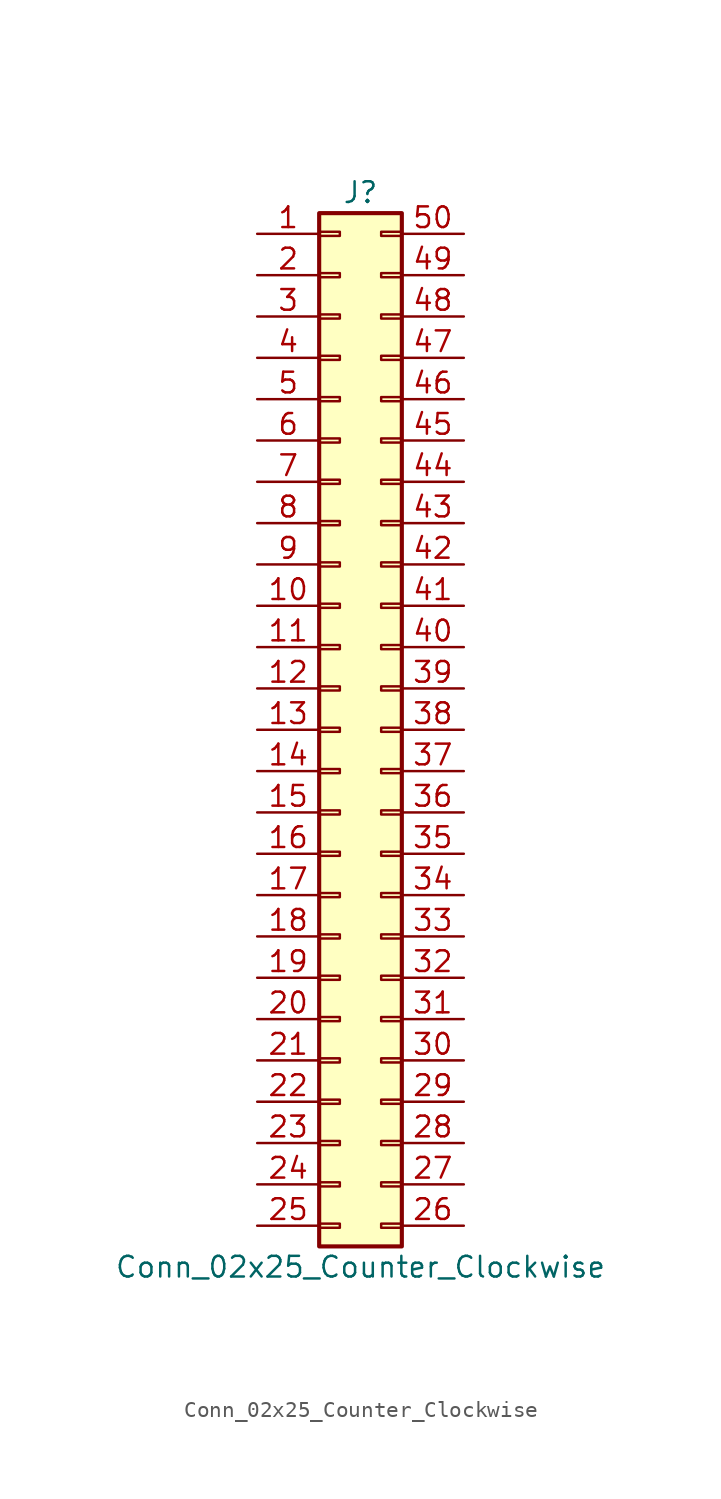
<source format=kicad_sym>
(kicad_symbol_lib
  (version 20201005)
  (generator kicad_symbol_editor)
  (symbol "Conn_02x25_Counter_Clockwise"
    (pin_names
      (offset 1.016) hide)
    (property "Reference" "J"
      (at 1.27 33.02 0)
      (effects (font (size 1.27 1.27))))
    (property "Value" "Conn_02x25_Counter_Clockwise"
      (at 1.27 -33.02 0)
      (effects (font (size 1.27 1.27))))
    (symbol "Conn_02x25_Counter_Clockwise_1_1"
      (rectangle (start -1.27 -30.353) (end 0 -30.607) (stroke (width 0.152)) (fill (type none)))
      (rectangle (start -1.27 -27.813) (end 0 -28.067) (stroke (width 0.152)) (fill (type none)))
      (rectangle (start -1.27 -25.273) (end 0 -25.527) (stroke (width 0.152)) (fill (type none)))
      (rectangle (start -1.27 -22.733) (end 0 -22.987) (stroke (width 0.152)) (fill (type none)))
      (rectangle (start -1.27 -20.193) (end 0 -20.447) (stroke (width 0.152)) (fill (type none)))
      (rectangle (start -1.27 -17.653) (end 0 -17.907) (stroke (width 0.152)) (fill (type none)))
      (rectangle (start -1.27 -15.113) (end 0 -15.367) (stroke (width 0.152)) (fill (type none)))
      (rectangle (start -1.27 -12.573) (end 0 -12.827) (stroke (width 0.152)) (fill (type none)))
      (rectangle (start -1.27 -10.033) (end 0 -10.287) (stroke (width 0.152)) (fill (type none)))
      (rectangle (start -1.27 -7.493) (end 0 -7.747) (stroke (width 0.152)) (fill (type none)))
      (rectangle (start -1.27 -4.953) (end 0 -5.207) (stroke (width 0.152)) (fill (type none)))
      (rectangle (start -1.27 -2.413) (end 0 -2.667) (stroke (width 0.152)) (fill (type none)))
      (rectangle (start -1.27 0.127) (end 0 -0.127) (stroke (width 0.152)) (fill (type none)))
      (rectangle (start -1.27 2.667) (end 0 2.413) (stroke (width 0.152)) (fill (type none)))
      (rectangle (start -1.27 5.207) (end 0 4.953) (stroke (width 0.152)) (fill (type none)))
      (rectangle (start -1.27 7.747) (end 0 7.493) (stroke (width 0.152)) (fill (type none)))
      (rectangle (start -1.27 10.287) (end 0 10.033) (stroke (width 0.152)) (fill (type none)))
      (rectangle (start -1.27 12.827) (end 0 12.573) (stroke (width 0.152)) (fill (type none)))
      (rectangle (start -1.27 15.367) (end 0 15.113) (stroke (width 0.152)) (fill (type none)))
      (rectangle (start -1.27 17.907) (end 0 17.653) (stroke (width 0.152)) (fill (type none)))
      (rectangle (start -1.27 20.447) (end 0 20.193) (stroke (width 0.152)) (fill (type none)))
      (rectangle (start -1.27 22.987) (end 0 22.733) (stroke (width 0.152)) (fill (type none)))
      (rectangle (start -1.27 25.527) (end 0 25.273) (stroke (width 0.152)) (fill (type none)))
      (rectangle (start -1.27 28.067) (end 0 27.813) (stroke (width 0.152)) (fill (type none)))
      (rectangle (start -1.27 30.607) (end 0 30.353) (stroke (width 0.152)) (fill (type none)))
      (rectangle (start -1.27 31.75) (end 3.81 -31.75) (stroke (width 0.254)) (fill (type background)))
      (rectangle (start 3.81 -30.353) (end 2.54 -30.607) (stroke (width 0.152)) (fill (type none)))
      (rectangle (start 3.81 -27.813) (end 2.54 -28.067) (stroke (width 0.152)) (fill (type none)))
      (rectangle (start 3.81 -25.273) (end 2.54 -25.527) (stroke (width 0.152)) (fill (type none)))
      (rectangle (start 3.81 -22.733) (end 2.54 -22.987) (stroke (width 0.152)) (fill (type none)))
      (rectangle (start 3.81 -20.193) (end 2.54 -20.447) (stroke (width 0.152)) (fill (type none)))
      (rectangle (start 3.81 -17.653) (end 2.54 -17.907) (stroke (width 0.152)) (fill (type none)))
      (rectangle (start 3.81 -15.113) (end 2.54 -15.367) (stroke (width 0.152)) (fill (type none)))
      (rectangle (start 3.81 -12.573) (end 2.54 -12.827) (stroke (width 0.152)) (fill (type none)))
      (rectangle (start 3.81 -10.033) (end 2.54 -10.287) (stroke (width 0.152)) (fill (type none)))
      (rectangle (start 3.81 -7.493) (end 2.54 -7.747) (stroke (width 0.152)) (fill (type none)))
      (rectangle (start 3.81 -4.953) (end 2.54 -5.207) (stroke (width 0.152)) (fill (type none)))
      (rectangle (start 3.81 -2.413) (end 2.54 -2.667) (stroke (width 0.152)) (fill (type none)))
      (rectangle (start 3.81 0.127) (end 2.54 -0.127) (stroke (width 0.152)) (fill (type none)))
      (rectangle (start 3.81 2.667) (end 2.54 2.413) (stroke (width 0.152)) (fill (type none)))
      (rectangle (start 3.81 5.207) (end 2.54 4.953) (stroke (width 0.152)) (fill (type none)))
      (rectangle (start 3.81 7.747) (end 2.54 7.493) (stroke (width 0.152)) (fill (type none)))
      (rectangle (start 3.81 10.287) (end 2.54 10.033) (stroke (width 0.152)) (fill (type none)))
      (rectangle (start 3.81 12.827) (end 2.54 12.573) (stroke (width 0.152)) (fill (type none)))
      (rectangle (start 3.81 15.367) (end 2.54 15.113) (stroke (width 0.152)) (fill (type none)))
      (rectangle (start 3.81 17.907) (end 2.54 17.653) (stroke (width 0.152)) (fill (type none)))
      (rectangle (start 3.81 20.447) (end 2.54 20.193) (stroke (width 0.152)) (fill (type none)))
      (rectangle (start 3.81 22.987) (end 2.54 22.733) (stroke (width 0.152)) (fill (type none)))
      (rectangle (start 3.81 25.527) (end 2.54 25.273) (stroke (width 0.152)) (fill (type none)))
      (rectangle (start 3.81 28.067) (end 2.54 27.813) (stroke (width 0.152)) (fill (type none)))
      (rectangle (start 3.81 30.607) (end 2.54 30.353) (stroke (width 0.152)) (fill (type none)))
      (pin passive line (at -5.08 30.48 0) (length 3.81) (name "Pin_1" (effects (font (size 1.27 1.27)))) (number "1" (effects (font (size 1.27 1.27)))))
      (pin passive line (at -5.08 7.62 0) (length 3.81) (name "Pin_10" (effects (font (size 1.27 1.27)))) (number "10" (effects (font (size 1.27 1.27)))))
      (pin passive line (at -5.08 5.08 0) (length 3.81) (name "Pin_11" (effects (font (size 1.27 1.27)))) (number "11" (effects (font (size 1.27 1.27)))))
      (pin passive line (at -5.08 2.54 0) (length 3.81) (name "Pin_12" (effects (font (size 1.27 1.27)))) (number "12" (effects (font (size 1.27 1.27)))))
      (pin passive line (at -5.08 0 0) (length 3.81) (name "Pin_13" (effects (font (size 1.27 1.27)))) (number "13" (effects (font (size 1.27 1.27)))))
      (pin passive line (at -5.08 -2.54 0) (length 3.81) (name "Pin_14" (effects (font (size 1.27 1.27)))) (number "14" (effects (font (size 1.27 1.27)))))
      (pin passive line (at -5.08 -5.08 0) (length 3.81) (name "Pin_15" (effects (font (size 1.27 1.27)))) (number "15" (effects (font (size 1.27 1.27)))))
      (pin passive line (at -5.08 -7.62 0) (length 3.81) (name "Pin_16" (effects (font (size 1.27 1.27)))) (number "16" (effects (font (size 1.27 1.27)))))
      (pin passive line (at -5.08 -10.16 0) (length 3.81) (name "Pin_17" (effects (font (size 1.27 1.27)))) (number "17" (effects (font (size 1.27 1.27)))))
      (pin passive line (at -5.08 -12.7 0) (length 3.81) (name "Pin_18" (effects (font (size 1.27 1.27)))) (number "18" (effects (font (size 1.27 1.27)))))
      (pin passive line (at -5.08 -15.24 0) (length 3.81) (name "Pin_19" (effects (font (size 1.27 1.27)))) (number "19" (effects (font (size 1.27 1.27)))))
      (pin passive line (at -5.08 27.94 0) (length 3.81) (name "Pin_2" (effects (font (size 1.27 1.27)))) (number "2" (effects (font (size 1.27 1.27)))))
      (pin passive line (at -5.08 -17.78 0) (length 3.81) (name "Pin_20" (effects (font (size 1.27 1.27)))) (number "20" (effects (font (size 1.27 1.27)))))
      (pin passive line (at -5.08 -20.32 0) (length 3.81) (name "Pin_21" (effects (font (size 1.27 1.27)))) (number "21" (effects (font (size 1.27 1.27)))))
      (pin passive line (at -5.08 -22.86 0) (length 3.81) (name "Pin_22" (effects (font (size 1.27 1.27)))) (number "22" (effects (font (size 1.27 1.27)))))
      (pin passive line (at -5.08 -25.4 0) (length 3.81) (name "Pin_23" (effects (font (size 1.27 1.27)))) (number "23" (effects (font (size 1.27 1.27)))))
      (pin passive line (at -5.08 -27.94 0) (length 3.81) (name "Pin_24" (effects (font (size 1.27 1.27)))) (number "24" (effects (font (size 1.27 1.27)))))
      (pin passive line (at -5.08 -30.48 0) (length 3.81) (name "Pin_25" (effects (font (size 1.27 1.27)))) (number "25" (effects (font (size 1.27 1.27)))))
      (pin passive line (at 7.62 -30.48 180) (length 3.81) (name "Pin_26" (effects (font (size 1.27 1.27)))) (number "26" (effects (font (size 1.27 1.27)))))
      (pin passive line (at 7.62 -27.94 180) (length 3.81) (name "Pin_27" (effects (font (size 1.27 1.27)))) (number "27" (effects (font (size 1.27 1.27)))))
      (pin passive line (at 7.62 -25.4 180) (length 3.81) (name "Pin_28" (effects (font (size 1.27 1.27)))) (number "28" (effects (font (size 1.27 1.27)))))
      (pin passive line (at 7.62 -22.86 180) (length 3.81) (name "Pin_29" (effects (font (size 1.27 1.27)))) (number "29" (effects (font (size 1.27 1.27)))))
      (pin passive line (at -5.08 25.4 0) (length 3.81) (name "Pin_3" (effects (font (size 1.27 1.27)))) (number "3" (effects (font (size 1.27 1.27)))))
      (pin passive line (at 7.62 -20.32 180) (length 3.81) (name "Pin_30" (effects (font (size 1.27 1.27)))) (number "30" (effects (font (size 1.27 1.27)))))
      (pin passive line (at 7.62 -17.78 180) (length 3.81) (name "Pin_31" (effects (font (size 1.27 1.27)))) (number "31" (effects (font (size 1.27 1.27)))))
      (pin passive line (at 7.62 -15.24 180) (length 3.81) (name "Pin_32" (effects (font (size 1.27 1.27)))) (number "32" (effects (font (size 1.27 1.27)))))
      (pin passive line (at 7.62 -12.7 180) (length 3.81) (name "Pin_33" (effects (font (size 1.27 1.27)))) (number "33" (effects (font (size 1.27 1.27)))))
      (pin passive line (at 7.62 -10.16 180) (length 3.81) (name "Pin_34" (effects (font (size 1.27 1.27)))) (number "34" (effects (font (size 1.27 1.27)))))
      (pin passive line (at 7.62 -7.62 180) (length 3.81) (name "Pin_35" (effects (font (size 1.27 1.27)))) (number "35" (effects (font (size 1.27 1.27)))))
      (pin passive line (at 7.62 -5.08 180) (length 3.81) (name "Pin_36" (effects (font (size 1.27 1.27)))) (number "36" (effects (font (size 1.27 1.27)))))
      (pin passive line (at 7.62 -2.54 180) (length 3.81) (name "Pin_37" (effects (font (size 1.27 1.27)))) (number "37" (effects (font (size 1.27 1.27)))))
      (pin passive line (at 7.62 0 180) (length 3.81) (name "Pin_38" (effects (font (size 1.27 1.27)))) (number "38" (effects (font (size 1.27 1.27)))))
      (pin passive line (at 7.62 2.54 180) (length 3.81) (name "Pin_39" (effects (font (size 1.27 1.27)))) (number "39" (effects (font (size 1.27 1.27)))))
      (pin passive line (at -5.08 22.86 0) (length 3.81) (name "Pin_4" (effects (font (size 1.27 1.27)))) (number "4" (effects (font (size 1.27 1.27)))))
      (pin passive line (at 7.62 5.08 180) (length 3.81) (name "Pin_40" (effects (font (size 1.27 1.27)))) (number "40" (effects (font (size 1.27 1.27)))))
      (pin passive line (at 7.62 7.62 180) (length 3.81) (name "Pin_41" (effects (font (size 1.27 1.27)))) (number "41" (effects (font (size 1.27 1.27)))))
      (pin passive line (at 7.62 10.16 180) (length 3.81) (name "Pin_42" (effects (font (size 1.27 1.27)))) (number "42" (effects (font (size 1.27 1.27)))))
      (pin passive line (at 7.62 12.7 180) (length 3.81) (name "Pin_43" (effects (font (size 1.27 1.27)))) (number "43" (effects (font (size 1.27 1.27)))))
      (pin passive line (at 7.62 15.24 180) (length 3.81) (name "Pin_44" (effects (font (size 1.27 1.27)))) (number "44" (effects (font (size 1.27 1.27)))))
      (pin passive line (at 7.62 17.78 180) (length 3.81) (name "Pin_45" (effects (font (size 1.27 1.27)))) (number "45" (effects (font (size 1.27 1.27)))))
      (pin passive line (at 7.62 20.32 180) (length 3.81) (name "Pin_46" (effects (font (size 1.27 1.27)))) (number "46" (effects (font (size 1.27 1.27)))))
      (pin passive line (at 7.62 22.86 180) (length 3.81) (name "Pin_47" (effects (font (size 1.27 1.27)))) (number "47" (effects (font (size 1.27 1.27)))))
      (pin passive line (at 7.62 25.4 180) (length 3.81) (name "Pin_48" (effects (font (size 1.27 1.27)))) (number "48" (effects (font (size 1.27 1.27)))))
      (pin passive line (at 7.62 27.94 180) (length 3.81) (name "Pin_49" (effects (font (size 1.27 1.27)))) (number "49" (effects (font (size 1.27 1.27)))))
      (pin passive line (at -5.08 20.32 0) (length 3.81) (name "Pin_5" (effects (font (size 1.27 1.27)))) (number "5" (effects (font (size 1.27 1.27)))))
      (pin passive line (at 7.62 30.48 180) (length 3.81) (name "Pin_50" (effects (font (size 1.27 1.27)))) (number "50" (effects (font (size 1.27 1.27)))))
      (pin passive line (at -5.08 17.78 0) (length 3.81) (name "Pin_6" (effects (font (size 1.27 1.27)))) (number "6" (effects (font (size 1.27 1.27)))))
      (pin passive line (at -5.08 15.24 0) (length 3.81) (name "Pin_7" (effects (font (size 1.27 1.27)))) (number "7" (effects (font (size 1.27 1.27)))))
      (pin passive line (at -5.08 12.7 0) (length 3.81) (name "Pin_8" (effects (font (size 1.27 1.27)))) (number "8" (effects (font (size 1.27 1.27)))))
      (pin passive line (at -5.08 10.16 0) (length 3.81) (name "Pin_9" (effects (font (size 1.27 1.27)))) (number "9" (effects (font (size 1.27 1.27))))))))
</source>
